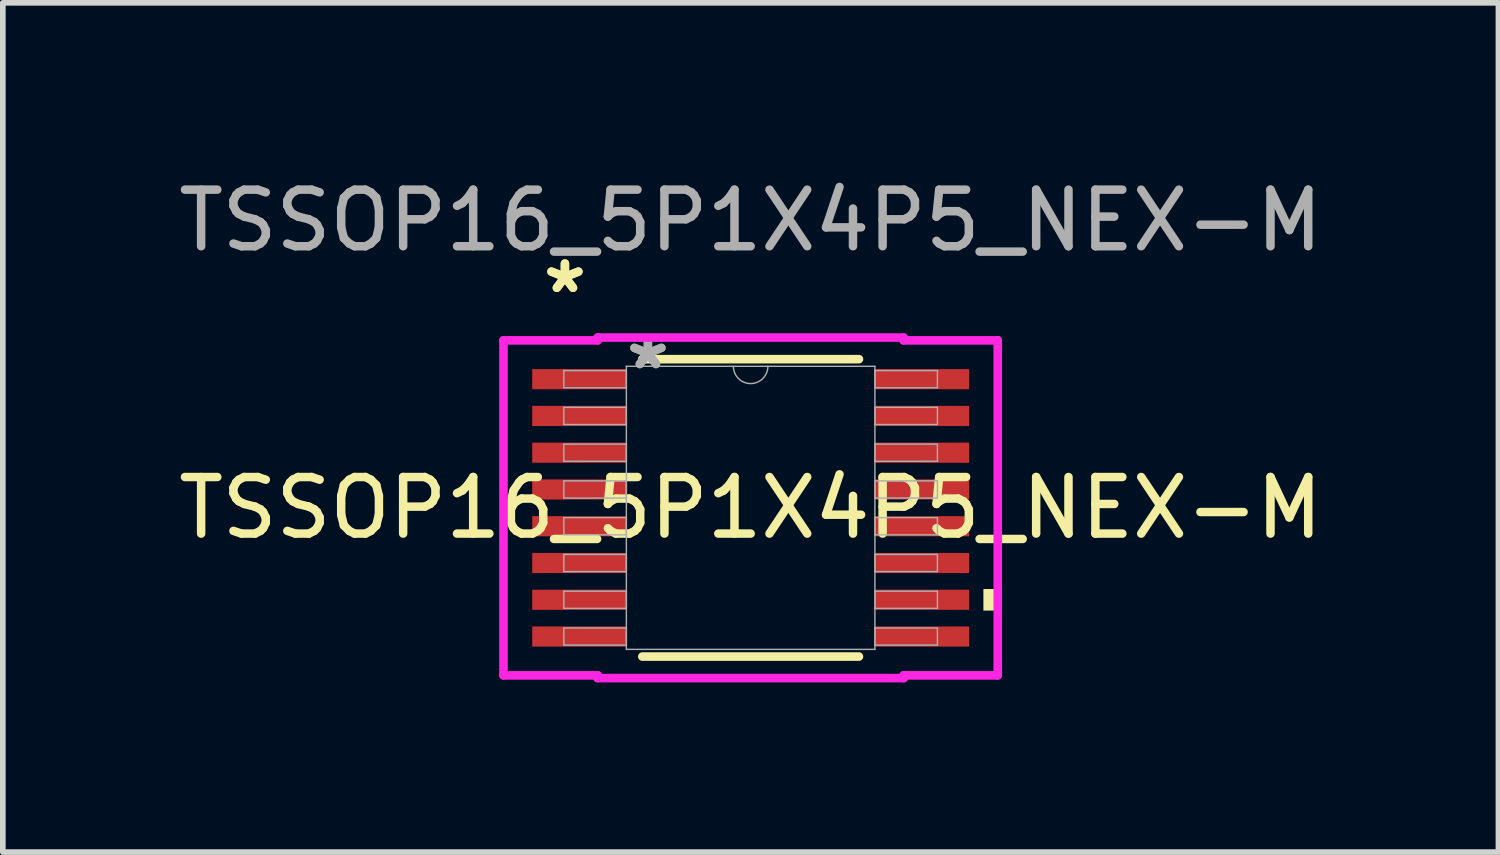
<source format=kicad_pcb>
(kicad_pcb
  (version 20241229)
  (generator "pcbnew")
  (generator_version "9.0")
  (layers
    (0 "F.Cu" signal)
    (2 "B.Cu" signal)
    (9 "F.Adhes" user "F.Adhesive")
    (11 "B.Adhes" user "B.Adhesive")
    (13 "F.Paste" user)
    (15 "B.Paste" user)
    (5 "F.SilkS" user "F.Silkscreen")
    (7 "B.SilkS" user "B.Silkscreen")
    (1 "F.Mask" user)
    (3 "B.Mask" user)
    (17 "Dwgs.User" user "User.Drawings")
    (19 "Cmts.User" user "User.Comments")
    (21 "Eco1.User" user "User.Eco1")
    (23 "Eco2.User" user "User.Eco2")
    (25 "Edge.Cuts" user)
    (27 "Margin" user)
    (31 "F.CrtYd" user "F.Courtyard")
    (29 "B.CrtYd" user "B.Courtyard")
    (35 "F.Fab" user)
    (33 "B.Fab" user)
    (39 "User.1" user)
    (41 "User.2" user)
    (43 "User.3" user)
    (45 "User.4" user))
  (footprint "TSSOP16_5P1X4P5_NEX-M"
    (layer "F.Cu")
    (at 10.22 5.928)
    (property "Reference" "TSSOP16_5P1X4P5_NEX-M" (at 0 0 0) (unlocked yes) (layer "F.SilkS") (effects (font (size 1 1) (thickness 0.15))))
    (attr smd)
    (fp_line (start -1.915 2.629) (end 1.915 2.629) (stroke (width 0.152) (type solid)) (layer "F.SilkS"))
    (fp_line (start 1.915 -2.629) (end -1.915 -2.629) (stroke (width 0.152) (type solid)) (layer "F.SilkS"))
    (fp_poly (pts (xy 4.369 1.435) (xy 4.369 1.816) (xy 4.115 1.816) (xy 4.115 1.435)) (stroke (width 0) (type solid)) (fill yes) (layer "F.SilkS"))
    (fp_line (start -4.369 -2.961) (end -2.705 -2.961) (stroke (width 0.152) (type solid)) (layer "F.CrtYd"))
    (fp_line (start -4.369 2.961) (end -4.369 -2.961) (stroke (width 0.152) (type solid)) (layer "F.CrtYd"))
    (fp_line (start -4.369 2.961) (end -2.705 2.961) (stroke (width 0.152) (type solid)) (layer "F.CrtYd"))
    (fp_line (start -2.705 -3.01) (end 2.705 -3.01) (stroke (width 0.152) (type solid)) (layer "F.CrtYd"))
    (fp_line (start -2.705 -2.961) (end -2.705 -3.01) (stroke (width 0.152) (type solid)) (layer "F.CrtYd"))
    (fp_line (start -2.705 3.01) (end -2.705 2.961) (stroke (width 0.152) (type solid)) (layer "F.CrtYd"))
    (fp_line (start 2.705 -3.01) (end 2.705 -2.961) (stroke (width 0.152) (type solid)) (layer "F.CrtYd"))
    (fp_line (start 2.705 2.961) (end 2.705 3.01) (stroke (width 0.152) (type solid)) (layer "F.CrtYd"))
    (fp_line (start 2.705 3.01) (end -2.705 3.01) (stroke (width 0.152) (type solid)) (layer "F.CrtYd"))
    (fp_line (start 4.369 -2.961) (end 2.705 -2.961) (stroke (width 0.152) (type solid)) (layer "F.CrtYd"))
    (fp_line (start 4.369 -2.961) (end 4.369 2.961) (stroke (width 0.152) (type solid)) (layer "F.CrtYd"))
    (fp_line (start 4.369 2.961) (end 2.705 2.961) (stroke (width 0.152) (type solid)) (layer "F.CrtYd"))
    (fp_line (start -3.302 -2.427) (end -3.302 -2.123) (stroke (width 0.025) (type solid)) (layer "F.Fab"))
    (fp_line (start -3.302 -2.123) (end -2.197 -2.123) (stroke (width 0.025) (type solid)) (layer "F.Fab"))
    (fp_line (start -3.302 -1.777) (end -3.302 -1.473) (stroke (width 0.025) (type solid)) (layer "F.Fab"))
    (fp_line (start -3.302 -1.473) (end -2.197 -1.473) (stroke (width 0.025) (type solid)) (layer "F.Fab"))
    (fp_line (start -3.302 -1.127) (end -3.302 -0.823) (stroke (width 0.025) (type solid)) (layer "F.Fab"))
    (fp_line (start -3.302 -0.823) (end -2.197 -0.823) (stroke (width 0.025) (type solid)) (layer "F.Fab"))
    (fp_line (start -3.302 -0.477) (end -3.302 -0.173) (stroke (width 0.025) (type solid)) (layer "F.Fab"))
    (fp_line (start -3.302 -0.173) (end -2.197 -0.173) (stroke (width 0.025) (type solid)) (layer "F.Fab"))
    (fp_line (start -3.302 0.173) (end -3.302 0.477) (stroke (width 0.025) (type solid)) (layer "F.Fab"))
    (fp_line (start -3.302 0.477) (end -2.197 0.477) (stroke (width 0.025) (type solid)) (layer "F.Fab"))
    (fp_line (start -3.302 0.823) (end -3.302 1.127) (stroke (width 0.025) (type solid)) (layer "F.Fab"))
    (fp_line (start -3.302 1.127) (end -2.197 1.127) (stroke (width 0.025) (type solid)) (layer "F.Fab"))
    (fp_line (start -3.302 1.473) (end -3.302 1.777) (stroke (width 0.025) (type solid)) (layer "F.Fab"))
    (fp_line (start -3.302 1.777) (end -2.197 1.777) (stroke (width 0.025) (type solid)) (layer "F.Fab"))
    (fp_line (start -3.302 2.123) (end -3.302 2.427) (stroke (width 0.025) (type solid)) (layer "F.Fab"))
    (fp_line (start -3.302 2.427) (end -2.197 2.427) (stroke (width 0.025) (type solid)) (layer "F.Fab"))
    (fp_line (start -2.197 -2.502) (end -2.197 2.502) (stroke (width 0.025) (type solid)) (layer "F.Fab"))
    (fp_line (start -2.197 -2.427) (end -3.302 -2.427) (stroke (width 0.025) (type solid)) (layer "F.Fab"))
    (fp_line (start -2.197 -2.123) (end -2.197 -2.427) (stroke (width 0.025) (type solid)) (layer "F.Fab"))
    (fp_line (start -2.197 -1.777) (end -3.302 -1.777) (stroke (width 0.025) (type solid)) (layer "F.Fab"))
    (fp_line (start -2.197 -1.473) (end -2.197 -1.777) (stroke (width 0.025) (type solid)) (layer "F.Fab"))
    (fp_line (start -2.197 -1.127) (end -3.302 -1.127) (stroke (width 0.025) (type solid)) (layer "F.Fab"))
    (fp_line (start -2.197 -0.823) (end -2.197 -1.127) (stroke (width 0.025) (type solid)) (layer "F.Fab"))
    (fp_line (start -2.197 -0.477) (end -3.302 -0.477) (stroke (width 0.025) (type solid)) (layer "F.Fab"))
    (fp_line (start -2.197 -0.173) (end -2.197 -0.477) (stroke (width 0.025) (type solid)) (layer "F.Fab"))
    (fp_line (start -2.197 0.173) (end -3.302 0.173) (stroke (width 0.025) (type solid)) (layer "F.Fab"))
    (fp_line (start -2.197 0.477) (end -2.197 0.173) (stroke (width 0.025) (type solid)) (layer "F.Fab"))
    (fp_line (start -2.197 0.823) (end -3.302 0.823) (stroke (width 0.025) (type solid)) (layer "F.Fab"))
    (fp_line (start -2.197 1.127) (end -2.197 0.823) (stroke (width 0.025) (type solid)) (layer "F.Fab"))
    (fp_line (start -2.197 1.473) (end -3.302 1.473) (stroke (width 0.025) (type solid)) (layer "F.Fab"))
    (fp_line (start -2.197 1.777) (end -2.197 1.473) (stroke (width 0.025) (type solid)) (layer "F.Fab"))
    (fp_line (start -2.197 2.123) (end -3.302 2.123) (stroke (width 0.025) (type solid)) (layer "F.Fab"))
    (fp_line (start -2.197 2.427) (end -2.197 2.123) (stroke (width 0.025) (type solid)) (layer "F.Fab"))
    (fp_line (start -2.197 2.502) (end 2.197 2.502) (stroke (width 0.025) (type solid)) (layer "F.Fab"))
    (fp_line (start 2.197 -2.502) (end -2.197 -2.502) (stroke (width 0.025) (type solid)) (layer "F.Fab"))
    (fp_line (start 2.197 -2.427) (end 2.197 -2.123) (stroke (width 0.025) (type solid)) (layer "F.Fab"))
    (fp_line (start 2.197 -2.123) (end 3.302 -2.123) (stroke (width 0.025) (type solid)) (layer "F.Fab"))
    (fp_line (start 2.197 -1.777) (end 2.197 -1.473) (stroke (width 0.025) (type solid)) (layer "F.Fab"))
    (fp_line (start 2.197 -1.473) (end 3.302 -1.473) (stroke (width 0.025) (type solid)) (layer "F.Fab"))
    (fp_line (start 2.197 -1.127) (end 2.197 -0.823) (stroke (width 0.025) (type solid)) (layer "F.Fab"))
    (fp_line (start 2.197 -0.823) (end 3.302 -0.823) (stroke (width 0.025) (type solid)) (layer "F.Fab"))
    (fp_line (start 2.197 -0.477) (end 2.197 -0.173) (stroke (width 0.025) (type solid)) (layer "F.Fab"))
    (fp_line (start 2.197 -0.173) (end 3.302 -0.173) (stroke (width 0.025) (type solid)) (layer "F.Fab"))
    (fp_line (start 2.197 0.173) (end 2.197 0.477) (stroke (width 0.025) (type solid)) (layer "F.Fab"))
    (fp_line (start 2.197 0.477) (end 3.302 0.477) (stroke (width 0.025) (type solid)) (layer "F.Fab"))
    (fp_line (start 2.197 0.823) (end 2.197 1.127) (stroke (width 0.025) (type solid)) (layer "F.Fab"))
    (fp_line (start 2.197 1.127) (end 3.302 1.127) (stroke (width 0.025) (type solid)) (layer "F.Fab"))
    (fp_line (start 2.197 1.473) (end 2.197 1.777) (stroke (width 0.025) (type solid)) (layer "F.Fab"))
    (fp_line (start 2.197 1.777) (end 3.302 1.777) (stroke (width 0.025) (type solid)) (layer "F.Fab"))
    (fp_line (start 2.197 2.123) (end 2.197 2.427) (stroke (width 0.025) (type solid)) (layer "F.Fab"))
    (fp_line (start 2.197 2.427) (end 3.302 2.427) (stroke (width 0.025) (type solid)) (layer "F.Fab"))
    (fp_line (start 2.197 2.502) (end 2.197 -2.502) (stroke (width 0.025) (type solid)) (layer "F.Fab"))
    (fp_line (start 3.302 -2.427) (end 2.197 -2.427) (stroke (width 0.025) (type solid)) (layer "F.Fab"))
    (fp_line (start 3.302 -2.123) (end 3.302 -2.427) (stroke (width 0.025) (type solid)) (layer "F.Fab"))
    (fp_line (start 3.302 -1.777) (end 2.197 -1.777) (stroke (width 0.025) (type solid)) (layer "F.Fab"))
    (fp_line (start 3.302 -1.473) (end 3.302 -1.777) (stroke (width 0.025) (type solid)) (layer "F.Fab"))
    (fp_line (start 3.302 -1.127) (end 2.197 -1.127) (stroke (width 0.025) (type solid)) (layer "F.Fab"))
    (fp_line (start 3.302 -0.823) (end 3.302 -1.127) (stroke (width 0.025) (type solid)) (layer "F.Fab"))
    (fp_line (start 3.302 -0.477) (end 2.197 -0.477) (stroke (width 0.025) (type solid)) (layer "F.Fab"))
    (fp_line (start 3.302 -0.173) (end 3.302 -0.477) (stroke (width 0.025) (type solid)) (layer "F.Fab"))
    (fp_line (start 3.302 0.173) (end 2.197 0.173) (stroke (width 0.025) (type solid)) (layer "F.Fab"))
    (fp_line (start 3.302 0.477) (end 3.302 0.173) (stroke (width 0.025) (type solid)) (layer "F.Fab"))
    (fp_line (start 3.302 0.823) (end 2.197 0.823) (stroke (width 0.025) (type solid)) (layer "F.Fab"))
    (fp_line (start 3.302 1.127) (end 3.302 0.823) (stroke (width 0.025) (type solid)) (layer "F.Fab"))
    (fp_line (start 3.302 1.473) (end 2.197 1.473) (stroke (width 0.025) (type solid)) (layer "F.Fab"))
    (fp_line (start 3.302 1.777) (end 3.302 1.473) (stroke (width 0.025) (type solid)) (layer "F.Fab"))
    (fp_line (start 3.302 2.123) (end 2.197 2.123) (stroke (width 0.025) (type solid)) (layer "F.Fab"))
    (fp_line (start 3.302 2.427) (end 3.302 2.123) (stroke (width 0.025) (type solid)) (layer "F.Fab"))
    (fp_arc (start 0.3048 -2.5019) (mid 0 -2.1971) (end -0.3048 -2.5019) (stroke (width 0.0254) (type solid)) (layer "F.Fab"))
    (fp_text user "*" (at -3.283 -3.774 0) (unlocked yes) (layer "F.SilkS") (effects (font (size 1 1) (thickness 0.15))))
    (fp_text user "*" (at -3.283 -3.774 0) (layer "F.SilkS") (effects (font (size 1 1) (thickness 0.15))))
    (fp_text user "${REFERENCE}" (at 0 -5.08 0) (unlocked yes) (layer "F.Fab") (effects (font (size 1 1) (thickness 0.15))))
    (fp_text user "*" (at -1.816 -2.426 0) (layer "F.Fab") (effects (font (size 1 1) (thickness 0.15))))
    (fp_text user "*" (at -1.816 -2.426 0) (unlocked yes) (layer "F.Fab") (effects (font (size 1 1) (thickness 0.15))))
    (pad "1" smd rect (at -3.029 -2.275) (size 1.664 0.356) (layers "F.Cu" "F.Mask" "F.Paste"))
    (pad "2" smd rect (at -3.029 -1.625) (size 1.664 0.356) (layers "F.Cu" "F.Mask" "F.Paste"))
    (pad "3" smd rect (at -3.029 -0.975) (size 1.664 0.356) (layers "F.Cu" "F.Mask" "F.Paste"))
    (pad "4" smd rect (at -3.029 -0.325) (size 1.664 0.356) (layers "F.Cu" "F.Mask" "F.Paste"))
    (pad "5" smd rect (at -3.029 0.325) (size 1.664 0.356) (layers "F.Cu" "F.Mask" "F.Paste"))
    (pad "6" smd rect (at -3.029 0.975) (size 1.664 0.356) (layers "F.Cu" "F.Mask" "F.Paste"))
    (pad "7" smd rect (at -3.029 1.625) (size 1.664 0.356) (layers "F.Cu" "F.Mask" "F.Paste"))
    (pad "8" smd rect (at -3.029 2.275) (size 1.664 0.356) (layers "F.Cu" "F.Mask" "F.Paste"))
    (pad "9" smd rect (at 3.029 2.275) (size 1.664 0.356) (layers "F.Cu" "F.Mask" "F.Paste"))
    (pad "10" smd rect (at 3.029 1.625) (size 1.664 0.356) (layers "F.Cu" "F.Mask" "F.Paste"))
    (pad "11" smd rect (at 3.029 0.975) (size 1.664 0.356) (layers "F.Cu" "F.Mask" "F.Paste"))
    (pad "12" smd rect (at 3.029 0.325) (size 1.664 0.356) (layers "F.Cu" "F.Mask" "F.Paste"))
    (pad "13" smd rect (at 3.029 -0.325) (size 1.664 0.356) (layers "F.Cu" "F.Mask" "F.Paste"))
    (pad "14" smd rect (at 3.029 -0.975) (size 1.664 0.356) (layers "F.Cu" "F.Mask" "F.Paste"))
    (pad "15" smd rect (at 3.029 -1.625) (size 1.664 0.356) (layers "F.Cu" "F.Mask" "F.Paste"))
    (pad "16" smd rect (at 3.029 -2.275) (size 1.664 0.356) (layers "F.Cu" "F.Mask" "F.Paste")))
  (gr_rect
    (start -3 -3)
    (end 23.44 12.014)
    (stroke (width 0.1) (type default))
    (fill no)
    (layer "Edge.Cuts")))
</source>
